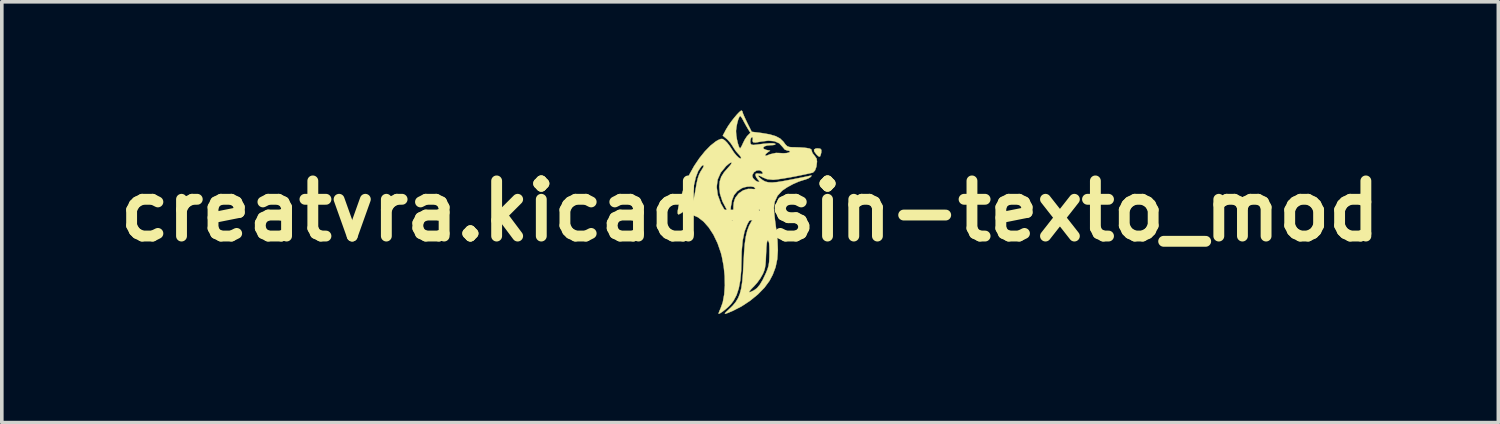
<source format=kicad_pcb>
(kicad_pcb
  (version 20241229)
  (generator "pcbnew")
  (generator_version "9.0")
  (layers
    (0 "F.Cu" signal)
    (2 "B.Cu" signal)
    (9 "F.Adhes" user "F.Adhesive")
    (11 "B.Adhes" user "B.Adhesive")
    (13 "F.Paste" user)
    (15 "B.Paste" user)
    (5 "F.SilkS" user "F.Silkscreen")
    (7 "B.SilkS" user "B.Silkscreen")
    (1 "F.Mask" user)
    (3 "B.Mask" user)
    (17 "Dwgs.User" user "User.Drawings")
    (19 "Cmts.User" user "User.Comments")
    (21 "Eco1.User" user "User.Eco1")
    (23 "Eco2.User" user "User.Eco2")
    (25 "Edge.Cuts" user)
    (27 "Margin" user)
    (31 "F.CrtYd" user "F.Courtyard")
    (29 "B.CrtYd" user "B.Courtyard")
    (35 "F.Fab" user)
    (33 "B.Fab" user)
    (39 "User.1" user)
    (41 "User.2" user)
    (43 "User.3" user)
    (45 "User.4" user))
  (footprint "creatvra.kicad-sin-texto_mod"
    (layer "F.Cu")
    (at 17.678 2.784)
    (property "Reference" "creatvra.kicad-sin-texto_mod" (at 0 0 0) (layer "F.SilkS") (effects (font (size 1.524 1.524) (thickness 0.3))))
    (attr through_hole)
    (fp_poly (pts (xy 1.939 -1.725) (xy 1.97 -1.692) (xy 1.968 -1.622) (xy 1.953 -1.561) (xy 1.934 -1.511) (xy 1.906 -1.505) (xy 1.858 -1.544) (xy 1.83 -1.573) (xy 1.773 -1.651) (xy 1.769 -1.703) (xy 1.819 -1.73) (xy 1.868 -1.733) (xy 1.939 -1.725)) (stroke (width 0.01) (type solid)) (fill yes) (layer "F.SilkS"))
    (fp_poly (pts (xy -0.211 -2.755) (xy -0.21 -2.742) (xy -0.197 -2.7) (xy -0.163 -2.619) (xy -0.114 -2.513) (xy -0.083 -2.448) (xy 0.045 -2.192) (xy 0.325 -2.157) (xy 0.542 -2.12) (xy 0.708 -2.071) (xy 0.831 -2.006) (xy 0.918 -1.922) (xy 0.928 -1.909) (xy 0.984 -1.833) (xy 1.033 -1.79) (xy 1.095 -1.77) (xy 1.19 -1.764) (xy 1.243 -1.764) (xy 1.371 -1.76) (xy 1.501 -1.751) (xy 1.565 -1.744) (xy 1.652 -1.727) (xy 1.693 -1.703) (xy 1.703 -1.665) (xy 1.724 -1.605) (xy 1.775 -1.539) (xy 1.779 -1.536) (xy 1.838 -1.452) (xy 1.85 -1.368) (xy 1.832 -1.226) (xy 1.794 -1.123) (xy 1.739 -1.066) (xy 1.723 -1.061) (xy 1.521 -1.016) (xy 1.313 -0.973) (xy 1.113 -0.935) (xy 0.93 -0.904) (xy 0.777 -0.881) (xy 0.664 -0.868) (xy 0.628 -0.867) (xy 0.468 -0.884) (xy 0.365 -0.926) (xy 0.283 -0.97) (xy 0.235 -0.983) (xy 0.227 -0.967) (xy 0.265 -0.922) (xy 0.277 -0.912) (xy 0.349 -0.855) (xy 0.422 -0.816) (xy 0.506 -0.795) (xy 0.61 -0.79) (xy 0.745 -0.802) (xy 0.92 -0.83) (xy 1.101 -0.864) (xy 1.27 -0.897) (xy 1.421 -0.927) (xy 1.545 -0.953) (xy 1.629 -0.97) (xy 1.658 -0.977) (xy 1.699 -0.984) (xy 1.692 -0.966) (xy 1.67 -0.942) (xy 1.612 -0.905) (xy 1.523 -0.871) (xy 1.491 -0.863) (xy 1.347 -0.817) (xy 1.183 -0.745) (xy 1.024 -0.658) (xy 0.894 -0.57) (xy 0.885 -0.563) (xy 0.757 -0.422) (xy 0.68 -0.256) (xy 0.657 -0.097) (xy 0.662 -0.015) (xy 0.674 0.111) (xy 0.691 0.265) (xy 0.713 0.432) (xy 0.72 0.479) (xy 0.757 0.803) (xy 0.768 1.083) (xy 0.751 1.328) (xy 0.705 1.548) (xy 0.628 1.753) (xy 0.535 1.929) (xy 0.398 2.115) (xy 0.216 2.301) (xy 0.000295 2.477) (xy -0.235 2.632) (xy -0.476 2.756) (xy -0.493 2.763) (xy -0.612 2.813) (xy -0.679 2.836) (xy -0.698 2.832) (xy -0.672 2.798) (xy -0.604 2.734) (xy -0.584 2.715) (xy -0.478 2.612) (xy -0.394 2.51) (xy -0.328 2.4) (xy -0.278 2.274) (xy -0.27 2.243) (xy -0.024 2.243) (xy 0.018 2.233) (xy 0.104 2.191) (xy 0.11 2.188) (xy 0.193 2.127) (xy 0.271 2.033) (xy 0.352 1.896) (xy 0.437 1.718) (xy 0.482 1.607) (xy 0.511 1.511) (xy 0.527 1.408) (xy 0.534 1.274) (xy 0.535 1.217) (xy 0.536 1.085) (xy 0.533 0.97) (xy 0.527 0.89) (xy 0.523 0.866) (xy 0.499 0.813) (xy 0.479 0.816) (xy 0.463 0.877) (xy 0.451 0.996) (xy 0.443 1.174) (xy 0.442 1.188) (xy 0.435 1.355) (xy 0.426 1.477) (xy 0.411 1.57) (xy 0.389 1.649) (xy 0.357 1.728) (xy 0.351 1.74) (xy 0.286 1.855) (xy 0.197 1.978) (xy 0.121 2.063) (xy 0.028 2.16) (xy -0.02 2.219) (xy -0.024 2.243) (xy -0.27 2.243) (xy -0.241 2.124) (xy -0.214 1.94) (xy -0.195 1.714) (xy -0.18 1.438) (xy -0.179 1.419) (xy -0.164 1.132) (xy -0.144 0.895) (xy -0.116 0.701) (xy -0.077 0.54) (xy -0.026 0.404) (xy 0.04 0.284) (xy 0.123 0.172) (xy 0.183 0.104) (xy 0.242 0.033) (xy 0.274 -0.02) (xy 0.274 -0.042) (xy 0.237 -0.032) (xy 0.179 0.017) (xy 0.107 0.095) (xy 0.032 0.189) (xy -0.036 0.29) (xy -0.076 0.362) (xy -0.153 0.562) (xy -0.205 0.814) (xy -0.233 1.118) (xy -0.238 1.335) (xy -0.246 1.65) (xy -0.271 1.915) (xy -0.313 2.136) (xy -0.374 2.32) (xy -0.456 2.474) (xy -0.525 2.567) (xy -0.589 2.634) (xy -0.671 2.707) (xy -0.754 2.773) (xy -0.825 2.821) (xy -0.867 2.839) (xy -0.866 2.815) (xy -0.843 2.753) (xy -0.816 2.694) (xy -0.754 2.521) (xy -0.714 2.304) (xy -0.696 2.057) (xy -0.701 1.792) (xy -0.729 1.521) (xy -0.779 1.257) (xy -0.806 1.152) (xy -0.898 0.887) (xy -1.012 0.65) (xy -1.143 0.449) (xy -1.287 0.287) (xy -1.439 0.17) (xy -1.595 0.103) (xy -1.7 0.09) (xy -1.798 0.09) (xy -1.716 -0.007) (xy -1.651 -0.095) (xy -1.602 -0.189) (xy -1.563 -0.305) (xy -1.53 -0.458) (xy -1.509 -0.577) (xy -1.493 -0.667) (xy -0.923 -0.667) (xy -0.893 -0.445) (xy -0.806 -0.207) (xy -0.66 0.047) (xy -0.605 0.127) (xy -0.547 0.203) (xy -0.5 0.255) (xy -0.481 0.269) (xy -0.471 0.241) (xy -0.464 0.167) (xy -0.461 0.061) (xy -0.461 0.007) (xy -0.459 -0.138) (xy -0.448 -0.242) (xy -0.424 -0.324) (xy -0.402 -0.374) (xy -0.313 -0.489) (xy -0.191 -0.572) (xy -0.054 -0.614) (xy 0.04 -0.613) (xy 0.116 -0.607) (xy 0.144 -0.62) (xy 0.142 -0.634) (xy 0.103 -0.667) (xy 0.025 -0.681) (xy -0.074 -0.676) (xy -0.176 -0.654) (xy -0.235 -0.63) (xy -0.356 -0.549) (xy -0.442 -0.444) (xy -0.499 -0.303) (xy -0.532 -0.117) (xy -0.534 -0.09) (xy -0.553 0.105) (xy -0.645 -0.045) (xy -0.764 -0.271) (xy -0.831 -0.483) (xy -0.85 -0.672) (xy -0.838 -0.82) (xy -0.796 -0.947) (xy -0.785 -0.965) (xy 0.06 -0.965) (xy 0.083 -0.909) (xy 0.139 -0.851) (xy 0.202 -0.812) (xy 0.229 -0.807) (xy 0.258 -0.813) (xy 0.246 -0.84) (xy 0.214 -0.876) (xy 0.168 -0.941) (xy 0.149 -0.999) (xy 0.159 -1.033) (xy 0.197 -1.041) (xy 0.254 -1.033) (xy 0.332 -1.027) (xy 0.357 -1.047) (xy 0.329 -1.093) (xy 0.323 -1.1) (xy 0.255 -1.131) (xy 0.178 -1.12) (xy 0.108 -1.074) (xy 0.066 -1.004) (xy 0.06 -0.965) (xy -0.785 -0.965) (xy -0.719 -1.071) (xy -0.603 -1.203) (xy -0.532 -1.285) (xy -0.507 -1.334) (xy -0.523 -1.345) (xy -0.575 -1.318) (xy -0.658 -1.248) (xy -0.668 -1.238) (xy -0.811 -1.064) (xy -0.896 -0.873) (xy -0.923 -0.667) (xy -1.493 -0.667) (xy -1.477 -0.763) (xy -1.445 -0.903) (xy -1.409 -1.009) (xy -1.366 -1.095) (xy -1.326 -1.156) (xy -1.288 -1.222) (xy -1.281 -1.264) (xy -1.303 -1.272) (xy -1.349 -1.235) (xy -1.352 -1.232) (xy -1.434 -1.107) (xy -1.501 -0.934) (xy -1.553 -0.708) (xy -1.567 -0.628) (xy -1.594 -0.481) (xy -1.627 -0.342) (xy -1.66 -0.231) (xy -1.678 -0.186) (xy -1.732 -0.103) (xy -1.808 -0.021) (xy -1.889 0.047) (xy -1.961 0.086) (xy -1.983 0.09) (xy -1.999 0.063) (xy -1.997 -0.009) (xy -1.978 -0.119) (xy -1.946 -0.256) (xy -1.902 -0.411) (xy -1.85 -0.574) (xy -1.793 -0.737) (xy -1.732 -0.889) (xy -1.672 -1.019) (xy -1.545 -1.247) (xy -1.4 -1.462) (xy -1.247 -1.652) (xy -1.093 -1.81) (xy -0.946 -1.926) (xy -0.874 -1.967) (xy -0.804 -1.995) (xy -0.756 -1.992) (xy -0.697 -1.954) (xy -0.695 -1.952) (xy -0.635 -1.893) (xy -0.566 -1.803) (xy -0.515 -1.725) (xy -0.449 -1.624) (xy -0.38 -1.539) (xy -0.316 -1.478) (xy -0.268 -1.451) (xy -0.245 -1.463) (xy -0.258 -1.502) (xy -0.303 -1.559) (xy -0.322 -1.578) (xy -0.393 -1.659) (xy -0.46 -1.759) (xy -0.473 -1.783) (xy -0.539 -1.883) (xy -0.623 -1.977) (xy -0.645 -1.996) (xy -0.754 -2.086) (xy -0.695 -2.196) (xy -0.388 -2.196) (xy -0.382 -2.1) (xy -0.365 -1.991) (xy -0.341 -1.884) (xy -0.314 -1.796) (xy -0.288 -1.742) (xy -0.275 -1.733) (xy -0.253 -1.759) (xy -0.219 -1.823) (xy -0.196 -1.875) (xy -0.171 -1.925) (xy 0.004 -1.925) (xy 0.012 -1.866) (xy 0.012 -1.865) (xy 0.038 -1.835) (xy 0.094 -1.828) (xy 0.157 -1.834) (xy 0.376 -1.861) (xy 0.538 -1.874) (xy 0.644 -1.874) (xy 0.696 -1.861) (xy 0.7 -1.856) (xy 0.691 -1.835) (xy 0.628 -1.824) (xy 0.576 -1.823) (xy 0.469 -1.813) (xy 0.396 -1.789) (xy 0.362 -1.757) (xy 0.374 -1.723) (xy 0.437 -1.694) (xy 0.456 -1.69) (xy 0.553 -1.669) (xy 0.486 -1.623) (xy 0.436 -1.58) (xy 0.418 -1.55) (xy 0.422 -1.53) (xy 0.44 -1.528) (xy 0.489 -1.545) (xy 0.556 -1.572) (xy 0.717 -1.608) (xy 0.806 -1.605) (xy 0.921 -1.598) (xy 1.019 -1.605) (xy 1.086 -1.624) (xy 1.106 -1.647) (xy 1.08 -1.667) (xy 1.033 -1.673) (xy 0.962 -1.699) (xy 0.899 -1.774) (xy 0.806 -1.874) (xy 0.676 -1.932) (xy 0.506 -1.947) (xy 0.296 -1.921) (xy 0.257 -1.913) (xy 0.147 -1.895) (xy 0.086 -1.904) (xy 0.068 -1.941) (xy 0.075 -1.972) (xy 0.076 -2.026) (xy 0.062 -2.046) (xy 0.035 -2.036) (xy 0.014 -1.989) (xy 0.004 -1.925) (xy -0.171 -1.925) (xy -0.146 -1.975) (xy -0.088 -2.063) (xy -0.064 -2.09) (xy 0.01 -2.164) (xy -0.056 -2.27) (xy -0.112 -2.366) (xy -0.172 -2.475) (xy -0.186 -2.503) (xy -0.228 -2.577) (xy -0.262 -2.623) (xy -0.272 -2.63) (xy -0.298 -2.603) (xy -0.327 -2.533) (xy -0.354 -2.436) (xy -0.376 -2.328) (xy -0.388 -2.226) (xy -0.388 -2.196) (xy -0.695 -2.196) (xy -0.658 -2.265) (xy -0.601 -2.359) (xy -0.527 -2.465) (xy -0.445 -2.571) (xy -0.365 -2.666) (xy -0.296 -2.738) (xy -0.247 -2.776) (xy -0.237 -2.779) (xy -0.211 -2.755)) (stroke (width 0.01) (type solid)) (fill yes) (layer "F.SilkS")))
  (gr_rect
    (start -3 -3)
    (end 38.357 8.628)
    (stroke (width 0.1) (type default))
    (fill no)
    (layer "Edge.Cuts")))
</source>
